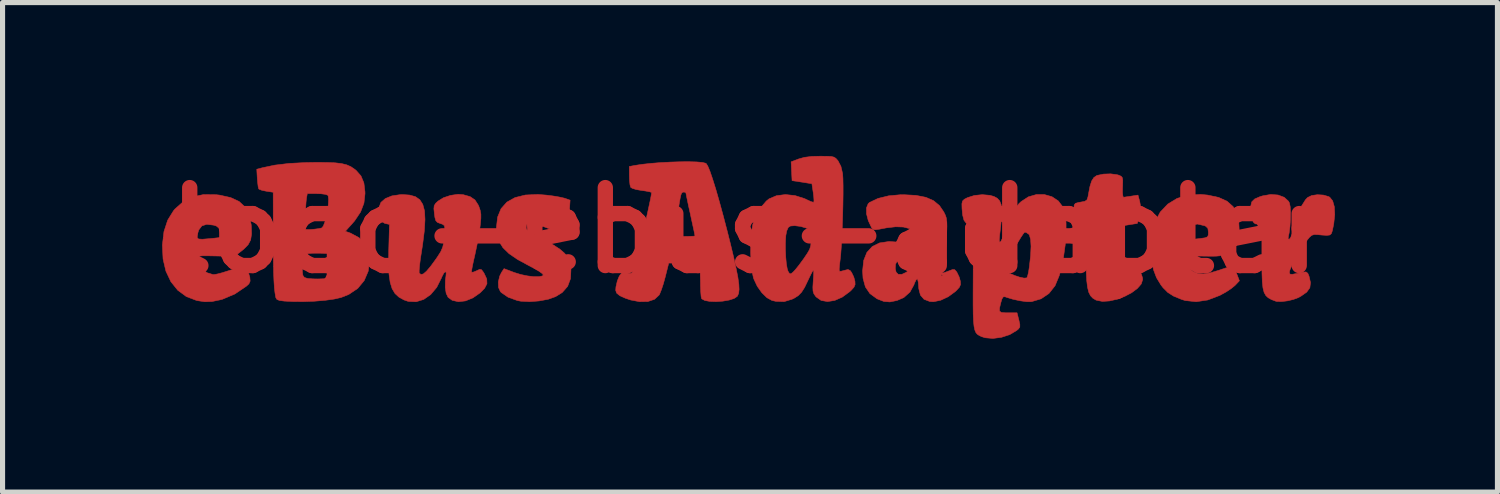
<source format=kicad_pcb>
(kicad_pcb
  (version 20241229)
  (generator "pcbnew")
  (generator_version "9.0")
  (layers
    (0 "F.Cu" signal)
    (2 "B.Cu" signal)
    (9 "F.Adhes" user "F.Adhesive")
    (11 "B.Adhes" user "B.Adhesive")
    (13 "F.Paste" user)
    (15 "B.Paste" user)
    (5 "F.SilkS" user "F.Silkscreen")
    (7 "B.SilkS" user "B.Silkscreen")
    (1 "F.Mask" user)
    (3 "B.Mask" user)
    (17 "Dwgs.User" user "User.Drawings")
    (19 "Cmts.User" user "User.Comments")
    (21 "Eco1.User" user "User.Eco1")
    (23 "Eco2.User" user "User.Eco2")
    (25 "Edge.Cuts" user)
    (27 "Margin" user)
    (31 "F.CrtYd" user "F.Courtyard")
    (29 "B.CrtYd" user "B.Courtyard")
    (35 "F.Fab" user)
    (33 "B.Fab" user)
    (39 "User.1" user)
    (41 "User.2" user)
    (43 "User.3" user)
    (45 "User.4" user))
  (footprint "logo-ebus-adapter"
    (layer "F.Cu")
    (at 11.619 1.454)
    (property "Reference" "logo-ebus-adapter" (at 0 0 0) (layer "F.Cu") (effects (font (size 1.524 1.524) (thickness 0.3))))
    (attr through_hole)
    (fp_poly (pts (xy -3.983 -0.688) (xy -3.85 -0.671) (xy -3.727 -0.65) (xy -3.637 -0.63) (xy -3.617 -0.624) (xy -3.519 -0.589) (xy -3.533 -0.377) (xy -3.549 -0.252) (xy -3.577 -0.132) (xy -3.612 -0.031) (xy -3.649 0.038) (xy -3.681 0.06) (xy -3.717 0.049) (xy -3.796 0.021) (xy -3.903 -0.02) (xy -3.972 -0.047) (xy -4.135 -0.107) (xy -4.251 -0.138) (xy -4.327 -0.139) (xy -4.367 -0.11) (xy -4.378 -0.06) (xy -4.372 -0.024) (xy -4.347 0.009) (xy -4.296 0.047) (xy -4.208 0.096) (xy -4.076 0.163) (xy -4.064 0.168) (xy -3.869 0.272) (xy -3.719 0.37) (xy -3.632 0.445) (xy -3.566 0.519) (xy -3.529 0.583) (xy -3.511 0.661) (xy -3.502 0.761) (xy -3.511 0.946) (xy -3.567 1.096) (xy -3.672 1.216) (xy -3.804 1.298) (xy -3.948 1.349) (xy -4.126 1.382) (xy -4.312 1.396) (xy -4.482 1.387) (xy -4.551 1.374) (xy -4.731 1.309) (xy -4.863 1.219) (xy -4.882 1.199) (xy -4.919 1.119) (xy -4.923 1.011) (xy -4.896 0.896) (xy -4.859 0.822) (xy -4.811 0.75) (xy -4.61 0.826) (xy -4.484 0.865) (xy -4.353 0.892) (xy -4.23 0.907) (xy -4.128 0.907) (xy -4.061 0.893) (xy -4.043 0.875) (xy -4.063 0.847) (xy -4.13 0.799) (xy -4.236 0.738) (xy -4.329 0.689) (xy -4.548 0.57) (xy -4.714 0.456) (xy -4.832 0.341) (xy -4.909 0.217) (xy -4.949 0.079) (xy -4.96 -0.054) (xy -4.937 -0.258) (xy -4.869 -0.423) (xy -4.755 -0.551) (xy -4.596 -0.64) (xy -4.394 -0.69) (xy -4.149 -0.701) (xy -3.983 -0.688)) (stroke (width 0.01) (type solid)) (fill yes) (layer "F.Cu"))
    (fp_poly (pts (xy 7.18 -1.087) (xy 7.217 -1.076) (xy 7.259 -1.056) (xy 7.282 -1.028) (xy 7.29 -0.976) (xy 7.288 -0.885) (xy 7.286 -0.844) (xy 7.285 -0.733) (xy 7.293 -0.664) (xy 7.306 -0.646) (xy 7.353 -0.653) (xy 7.432 -0.664) (xy 7.462 -0.669) (xy 7.588 -0.688) (xy 7.622 -0.562) (xy 7.64 -0.457) (xy 7.631 -0.352) (xy 7.615 -0.285) (xy 7.575 -0.134) (xy 7.243 -0.082) (xy 7.19 0.35) (xy 7.171 0.503) (xy 7.158 0.634) (xy 7.149 0.733) (xy 7.148 0.787) (xy 7.149 0.794) (xy 7.182 0.792) (xy 7.254 0.773) (xy 7.336 0.747) (xy 7.432 0.716) (xy 7.505 0.694) (xy 7.535 0.687) (xy 7.572 0.713) (xy 7.614 0.775) (xy 7.653 0.855) (xy 7.677 0.932) (xy 7.68 0.961) (xy 7.652 1.049) (xy 7.576 1.137) (xy 7.465 1.22) (xy 7.329 1.292) (xy 7.18 1.348) (xy 7.031 1.382) (xy 6.892 1.391) (xy 6.776 1.368) (xy 6.765 1.364) (xy 6.706 1.329) (xy 6.66 1.281) (xy 6.625 1.212) (xy 6.601 1.115) (xy 6.585 0.983) (xy 6.576 0.809) (xy 6.572 0.585) (xy 6.571 0.478) (xy 6.571 0.269) (xy 6.569 0.113) (xy 6.563 0.001) (xy 6.553 -0.073) (xy 6.535 -0.118) (xy 6.509 -0.14) (xy 6.472 -0.148) (xy 6.426 -0.149) (xy 6.381 -0.178) (xy 6.35 -0.259) (xy 6.336 -0.388) (xy 6.335 -0.434) (xy 6.34 -0.495) (xy 6.364 -0.527) (xy 6.424 -0.544) (xy 6.466 -0.551) (xy 6.548 -0.567) (xy 6.589 -0.594) (xy 6.609 -0.651) (xy 6.617 -0.696) (xy 6.647 -0.854) (xy 6.681 -0.963) (xy 6.724 -1.031) (xy 6.78 -1.07) (xy 6.792 -1.074) (xy 6.913 -1.099) (xy 7.053 -1.104) (xy 7.18 -1.087)) (stroke (width 0.01) (type solid)) (fill yes) (layer "F.Cu"))
    (fp_poly (pts (xy -10.443 -0.696) (xy -10.372 -0.688) (xy -10.158 -0.64) (xy -9.993 -0.564) (xy -9.874 -0.453) (xy -9.797 -0.305) (xy -9.757 -0.114) (xy -9.754 -0.085) (xy -9.749 0.072) (xy -9.767 0.189) (xy -9.816 0.282) (xy -9.901 0.368) (xy -9.938 0.398) (xy -10.085 0.511) (xy -10.451 0.502) (xy -10.605 0.499) (xy -10.709 0.499) (xy -10.772 0.505) (xy -10.804 0.516) (xy -10.816 0.534) (xy -10.817 0.547) (xy -10.79 0.656) (xy -10.719 0.755) (xy -10.619 0.83) (xy -10.506 0.865) (xy -10.483 0.866) (xy -10.424 0.856) (xy -10.327 0.831) (xy -10.208 0.794) (xy -10.16 0.778) (xy -10.039 0.737) (xy -9.962 0.714) (xy -9.915 0.709) (xy -9.885 0.719) (xy -9.86 0.745) (xy -9.855 0.751) (xy -9.813 0.822) (xy -9.784 0.913) (xy -9.783 0.917) (xy -9.777 0.994) (xy -9.801 1.048) (xy -9.85 1.093) (xy -10.076 1.246) (xy -10.317 1.348) (xy -10.358 1.359) (xy -10.521 1.393) (xy -10.661 1.398) (xy -10.808 1.376) (xy -10.826 1.372) (xy -11.025 1.296) (xy -11.193 1.172) (xy -11.327 1.005) (xy -11.424 0.8) (xy -11.48 0.562) (xy -11.493 0.295) (xy -11.493 0.288) (xy -11.476 0.145) (xy -10.816 0.145) (xy -10.785 0.17) (xy -10.713 0.175) (xy -10.59 0.165) (xy -10.586 0.165) (xy -10.476 0.154) (xy -10.393 0.145) (xy -10.351 0.139) (xy -10.349 0.139) (xy -10.351 0.11) (xy -10.362 0.044) (xy -10.365 0.03) (xy -10.39 -0.045) (xy -10.438 -0.084) (xy -10.493 -0.101) (xy -10.626 -0.117) (xy -10.721 -0.086) (xy -10.78 -0.009) (xy -10.785 0.004) (xy -10.812 0.092) (xy -10.816 0.145) (xy -11.476 0.145) (xy -11.462 0.024) (xy -11.389 -0.199) (xy -11.273 -0.386) (xy -11.246 -0.417) (xy -11.084 -0.561) (xy -10.9 -0.654) (xy -10.688 -0.699) (xy -10.443 -0.696)) (stroke (width 0.01) (type solid)) (fill yes) (layer "F.Cu"))
    (fp_poly (pts (xy 10.328 -0.69) (xy 10.448 -0.645) (xy 10.531 -0.569) (xy 10.55 -0.534) (xy 10.565 -0.46) (xy 10.571 -0.346) (xy 10.569 -0.211) (xy 10.56 -0.072) (xy 10.544 0.052) (xy 10.53 0.116) (xy 10.523 0.168) (xy 10.548 0.175) (xy 10.549 0.174) (xy 10.574 0.141) (xy 10.606 0.064) (xy 10.642 -0.044) (xy 10.657 -0.098) (xy 10.723 -0.316) (xy 10.79 -0.48) (xy 10.863 -0.596) (xy 10.905 -0.641) (xy 10.985 -0.68) (xy 11.096 -0.696) (xy 11.215 -0.689) (xy 11.317 -0.659) (xy 11.338 -0.647) (xy 11.395 -0.576) (xy 11.428 -0.46) (xy 11.436 -0.308) (xy 11.417 -0.132) (xy 11.409 -0.09) (xy 11.39 0.005) (xy 11.371 0.063) (xy 11.339 0.092) (xy 11.281 0.099) (xy 11.183 0.093) (xy 11.103 0.085) (xy 11.035 0.083) (xy 10.986 0.098) (xy 10.938 0.14) (xy 10.874 0.221) (xy 10.871 0.224) (xy 10.798 0.329) (xy 10.722 0.451) (xy 10.652 0.576) (xy 10.595 0.69) (xy 10.558 0.779) (xy 10.548 0.822) (xy 10.56 0.857) (xy 10.605 0.861) (xy 10.638 0.855) (xy 10.737 0.835) (xy 10.813 0.819) (xy 10.874 0.814) (xy 10.909 0.841) (xy 10.933 0.898) (xy 10.962 1.023) (xy 10.949 1.124) (xy 10.888 1.209) (xy 10.774 1.289) (xy 10.725 1.316) (xy 10.629 1.352) (xy 10.512 1.38) (xy 10.395 1.394) (xy 10.303 1.392) (xy 10.28 1.386) (xy 10.198 1.355) (xy 10.135 1.32) (xy 10.088 1.276) (xy 10.054 1.214) (xy 10.032 1.127) (xy 10.019 1.007) (xy 10.013 0.846) (xy 10.011 0.637) (xy 10.011 0.509) (xy 10.011 -0.12) (xy 9.938 -0.12) (xy 9.885 -0.125) (xy 9.85 -0.151) (xy 9.827 -0.209) (xy 9.808 -0.311) (xy 9.802 -0.353) (xy 9.793 -0.474) (xy 9.813 -0.556) (xy 9.871 -0.613) (xy 9.977 -0.659) (xy 10.028 -0.674) (xy 10.184 -0.701) (xy 10.328 -0.69)) (stroke (width 0.01) (type solid)) (fill yes) (layer "F.Cu"))
    (fp_poly (pts (xy 8.95 -0.689) (xy 9.165 -0.643) (xy 9.33 -0.568) (xy 9.449 -0.462) (xy 9.524 -0.318) (xy 9.561 -0.132) (xy 9.567 -0.002) (xy 9.565 0.132) (xy 9.552 0.223) (xy 9.52 0.289) (xy 9.461 0.347) (xy 9.366 0.414) (xy 9.358 0.419) (xy 9.297 0.458) (xy 9.245 0.484) (xy 9.189 0.499) (xy 9.113 0.506) (xy 9.004 0.507) (xy 8.86 0.505) (xy 8.709 0.503) (xy 8.607 0.504) (xy 8.547 0.51) (xy 8.518 0.521) (xy 8.51 0.54) (xy 8.511 0.552) (xy 8.555 0.686) (xy 8.634 0.781) (xy 8.673 0.808) (xy 8.761 0.845) (xy 8.868 0.853) (xy 9.003 0.832) (xy 9.176 0.78) (xy 9.231 0.761) (xy 9.33 0.728) (xy 9.408 0.707) (xy 9.446 0.704) (xy 9.446 0.704) (xy 9.469 0.738) (xy 9.502 0.809) (xy 9.52 0.853) (xy 9.571 0.988) (xy 9.485 1.079) (xy 9.414 1.137) (xy 9.311 1.206) (xy 9.196 1.269) (xy 9.189 1.273) (xy 8.953 1.363) (xy 8.726 1.397) (xy 8.511 1.374) (xy 8.438 1.351) (xy 8.285 1.288) (xy 8.172 1.217) (xy 8.08 1.125) (xy 8.039 1.073) (xy 7.95 0.927) (xy 7.891 0.771) (xy 7.857 0.59) (xy 7.846 0.37) (xy 7.846 0.329) (xy 7.85 0.166) (xy 7.853 0.125) (xy 8.52 0.125) (xy 8.527 0.161) (xy 8.56 0.178) (xy 8.628 0.179) (xy 8.74 0.168) (xy 8.808 0.16) (xy 8.899 0.147) (xy 8.945 0.129) (xy 8.962 0.096) (xy 8.965 0.04) (xy 8.955 -0.037) (xy 8.915 -0.078) (xy 8.888 -0.09) (xy 8.752 -0.122) (xy 8.643 -0.104) (xy 8.566 -0.039) (xy 8.527 0.067) (xy 8.52 0.125) (xy 7.853 0.125) (xy 7.861 0.043) (xy 7.882 -0.058) (xy 7.916 -0.158) (xy 7.917 -0.16) (xy 8.024 -0.358) (xy 8.171 -0.513) (xy 8.353 -0.624) (xy 8.568 -0.687) (xy 8.81 -0.702) (xy 8.95 -0.689)) (stroke (width 0.01) (type solid)) (fill yes) (layer "F.Cu"))
    (fp_poly (pts (xy -5.611 -0.697) (xy -5.474 -0.658) (xy -5.38 -0.594) (xy -5.316 -0.495) (xy -5.301 -0.46) (xy -5.276 -0.386) (xy -5.264 -0.317) (xy -5.264 -0.234) (xy -5.274 -0.121) (xy -5.283 -0.048) (xy -5.308 0.112) (xy -5.342 0.296) (xy -5.379 0.471) (xy -5.389 0.515) (xy -5.417 0.639) (xy -5.437 0.739) (xy -5.447 0.804) (xy -5.445 0.82) (xy -5.412 0.818) (xy -5.35 0.793) (xy -5.345 0.79) (xy -5.287 0.764) (xy -5.251 0.771) (xy -5.214 0.82) (xy -5.2 0.843) (xy -5.149 0.952) (xy -5.145 1.045) (xy -5.191 1.134) (xy -5.278 1.223) (xy -5.42 1.322) (xy -5.565 1.381) (xy -5.703 1.397) (xy -5.824 1.37) (xy -5.905 1.311) (xy -5.943 1.233) (xy -5.961 1.115) (xy -5.958 0.974) (xy -5.947 0.896) (xy -5.942 0.828) (xy -5.959 0.81) (xy -5.989 0.838) (xy -6.027 0.911) (xy -6.037 0.936) (xy -6.128 1.117) (xy -6.246 1.257) (xy -6.382 1.352) (xy -6.531 1.398) (xy -6.684 1.391) (xy -6.768 1.362) (xy -6.867 1.307) (xy -6.944 1.236) (xy -7 1.142) (xy -7.038 1.018) (xy -7.061 0.856) (xy -7.069 0.65) (xy -7.066 0.392) (xy -7.066 0.389) (xy -7.052 -0.115) (xy -7.141 -0.134) (xy -7.212 -0.175) (xy -7.252 -0.26) (xy -7.26 -0.394) (xy -7.256 -0.45) (xy -7.219 -0.545) (xy -7.132 -0.621) (xy -7.004 -0.673) (xy -6.844 -0.697) (xy -6.799 -0.699) (xy -6.656 -0.689) (xy -6.543 -0.657) (xy -6.458 -0.597) (xy -6.4 -0.506) (xy -6.366 -0.379) (xy -6.357 -0.211) (xy -6.369 0.003) (xy -6.402 0.267) (xy -6.424 0.411) (xy -6.447 0.559) (xy -6.463 0.686) (xy -6.471 0.781) (xy -6.471 0.832) (xy -6.47 0.836) (xy -6.436 0.864) (xy -6.39 0.854) (xy -6.328 0.801) (xy -6.246 0.704) (xy -6.14 0.559) (xy -6.103 0.504) (xy -6.046 0.413) (xy -6.01 0.328) (xy -5.988 0.228) (xy -5.975 0.095) (xy -5.971 0.045) (xy -5.969 -0.044) (xy -5.979 -0.092) (xy -6.013 -0.118) (xy -6.058 -0.133) (xy -6.113 -0.154) (xy -6.145 -0.188) (xy -6.163 -0.251) (xy -6.173 -0.325) (xy -6.183 -0.421) (xy -6.177 -0.481) (xy -6.149 -0.527) (xy -6.103 -0.57) (xy -5.995 -0.637) (xy -5.856 -0.683) (xy -5.71 -0.704) (xy -5.611 -0.697)) (stroke (width 0.01) (type solid)) (fill yes) (layer "F.Cu"))
    (fp_poly (pts (xy -8.285 -1.327) (xy -8.117 -1.32) (xy -7.989 -1.305) (xy -7.888 -1.28) (xy -7.806 -1.244) (xy -7.732 -1.193) (xy -7.705 -1.172) (xy -7.609 -1.063) (xy -7.552 -0.927) (xy -7.531 -0.753) (xy -7.53 -0.718) (xy -7.551 -0.531) (xy -7.617 -0.358) (xy -7.733 -0.185) (xy -7.786 -0.124) (xy -7.915 0.019) (xy -7.812 0.056) (xy -7.648 0.144) (xy -7.53 0.269) (xy -7.46 0.428) (xy -7.441 0.586) (xy -7.467 0.799) (xy -7.546 0.984) (xy -7.673 1.137) (xy -7.847 1.254) (xy -7.997 1.314) (xy -8.133 1.345) (xy -8.312 1.37) (xy -8.519 1.387) (xy -8.737 1.395) (xy -8.951 1.393) (xy -9.106 1.385) (xy -9.201 1.373) (xy -9.252 1.353) (xy -9.274 1.318) (xy -9.277 1.306) (xy -9.291 1.222) (xy -9.303 1.119) (xy -9.311 0.99) (xy -9.318 0.827) (xy -9.32 0.703) (xy -8.756 0.703) (xy -8.755 0.812) (xy -8.745 0.883) (xy -8.715 0.923) (xy -8.654 0.942) (xy -8.552 0.95) (xy -8.453 0.952) (xy -8.335 0.948) (xy -8.253 0.924) (xy -8.209 0.896) (xy -8.141 0.808) (xy -8.101 0.694) (xy -8.088 0.593) (xy -8.105 0.522) (xy -8.16 0.478) (xy -8.259 0.455) (xy -8.41 0.448) (xy -8.428 0.448) (xy -8.571 0.449) (xy -8.665 0.458) (xy -8.72 0.482) (xy -8.746 0.53) (xy -8.755 0.61) (xy -8.756 0.703) (xy -9.32 0.703) (xy -9.322 0.624) (xy -9.324 0.375) (xy -9.325 0.087) (xy -9.325 -0.101) (xy -8.701 -0.101) (xy -8.7 -0.032) (xy -8.699 -0.023) (xy -8.671 -0.015) (xy -8.604 -0.015) (xy -8.518 -0.022) (xy -8.433 -0.033) (xy -8.376 -0.046) (xy -8.346 -0.082) (xy -8.315 -0.162) (xy -8.287 -0.27) (xy -8.263 -0.391) (xy -8.247 -0.509) (xy -8.242 -0.609) (xy -8.251 -0.674) (xy -8.259 -0.686) (xy -8.303 -0.703) (xy -8.387 -0.714) (xy -8.474 -0.717) (xy -8.659 -0.717) (xy -8.676 -0.62) (xy -8.683 -0.555) (xy -8.69 -0.452) (xy -8.696 -0.329) (xy -8.7 -0.206) (xy -8.701 -0.101) (xy -9.325 -0.101) (xy -9.326 -0.744) (xy -9.459 -0.764) (xy -9.543 -0.781) (xy -9.599 -0.802) (xy -9.609 -0.81) (xy -9.62 -0.853) (xy -9.63 -0.935) (xy -9.637 -1.016) (xy -9.647 -1.194) (xy -9.538 -1.223) (xy -9.297 -1.274) (xy -9.014 -1.308) (xy -8.684 -1.325) (xy -8.502 -1.328) (xy -8.285 -1.327)) (stroke (width 0.01) (type solid)) (fill yes) (layer "F.Cu"))
    (fp_poly (pts (xy 3.245 -0.683) (xy 3.439 -0.645) (xy 3.59 -0.579) (xy 3.706 -0.482) (xy 3.79 -0.358) (xy 3.82 -0.297) (xy 3.839 -0.24) (xy 3.848 -0.173) (xy 3.851 -0.081) (xy 3.847 0.048) (xy 3.843 0.134) (xy 3.833 0.295) (xy 3.817 0.453) (xy 3.799 0.587) (xy 3.784 0.665) (xy 3.764 0.756) (xy 3.758 0.818) (xy 3.764 0.837) (xy 3.805 0.826) (xy 3.876 0.8) (xy 3.893 0.793) (xy 3.963 0.767) (xy 4.003 0.77) (xy 4.037 0.808) (xy 4.048 0.825) (xy 4.09 0.912) (xy 4.114 0.997) (xy 4.117 1.061) (xy 4.095 1.113) (xy 4.039 1.175) (xy 4.012 1.2) (xy 3.875 1.3) (xy 3.729 1.368) (xy 3.59 1.397) (xy 3.517 1.393) (xy 3.404 1.35) (xy 3.333 1.268) (xy 3.301 1.144) (xy 3.298 1.103) (xy 3.291 1.017) (xy 3.278 0.96) (xy 3.27 0.949) (xy 3.248 0.97) (xy 3.218 1.031) (xy 3.205 1.068) (xy 3.128 1.208) (xy 3.007 1.316) (xy 2.875 1.373) (xy 2.736 1.401) (xy 2.619 1.392) (xy 2.496 1.345) (xy 2.477 1.335) (xy 2.345 1.238) (xy 2.256 1.107) (xy 2.21 0.938) (xy 2.207 0.882) (xy 3.735 0.882) (xy 3.75 0.896) (xy 3.765 0.882) (xy 3.75 0.867) (xy 3.735 0.882) (xy 2.207 0.882) (xy 2.201 0.792) (xy 2.206 0.753) (xy 2.841 0.753) (xy 2.857 0.819) (xy 2.899 0.861) (xy 2.969 0.862) (xy 3.055 0.822) (xy 3.128 0.762) (xy 3.186 0.695) (xy 3.218 0.639) (xy 3.22 0.62) (xy 3.184 0.595) (xy 3.111 0.579) (xy 3.022 0.573) (xy 2.938 0.579) (xy 2.883 0.598) (xy 2.881 0.6) (xy 2.846 0.663) (xy 2.841 0.753) (xy 2.206 0.753) (xy 2.223 0.59) (xy 2.286 0.432) (xy 2.39 0.318) (xy 2.534 0.247) (xy 2.719 0.219) (xy 2.946 0.235) (xy 2.95 0.236) (xy 3.06 0.252) (xy 3.147 0.264) (xy 3.194 0.269) (xy 3.196 0.269) (xy 3.218 0.244) (xy 3.226 0.182) (xy 3.22 0.107) (xy 3.2 0.039) (xy 3.188 0.018) (xy 3.116 -0.034) (xy 2.999 -0.064) (xy 2.848 -0.069) (xy 2.674 -0.049) (xy 2.637 -0.042) (xy 2.522 -0.02) (xy 2.452 -0.01) (xy 2.412 -0.015) (xy 2.389 -0.033) (xy 2.378 -0.05) (xy 2.312 -0.19) (xy 2.278 -0.323) (xy 2.277 -0.437) (xy 2.311 -0.52) (xy 2.338 -0.545) (xy 2.503 -0.623) (xy 2.71 -0.674) (xy 2.948 -0.696) (xy 3.003 -0.696) (xy 3.245 -0.683)) (stroke (width 0.01) (type solid)) (fill yes) (layer "F.Cu"))
    (fp_poly (pts (xy 5.905 -0.657) (xy 6.03 -0.574) (xy 6.122 -0.451) (xy 6.129 -0.436) (xy 6.164 -0.311) (xy 6.181 -0.141) (xy 6.181 0.063) (xy 6.164 0.289) (xy 6.131 0.525) (xy 6.082 0.76) (xy 6.048 0.886) (xy 5.966 1.084) (xy 5.846 1.236) (xy 5.693 1.34) (xy 5.508 1.395) (xy 5.5 1.396) (xy 5.409 1.396) (xy 5.284 1.379) (xy 5.147 1.35) (xy 5.02 1.312) (xy 4.987 1.3) (xy 4.953 1.302) (xy 4.927 1.343) (xy 4.905 1.416) (xy 4.88 1.52) (xy 4.88 1.579) (xy 4.912 1.606) (xy 4.985 1.613) (xy 5.047 1.614) (xy 5.222 1.614) (xy 5.258 1.755) (xy 5.277 1.842) (xy 5.276 1.893) (xy 5.249 1.931) (xy 5.213 1.961) (xy 5.078 2.041) (xy 4.918 2.093) (xy 4.751 2.115) (xy 4.599 2.102) (xy 4.527 2.079) (xy 4.482 2.057) (xy 4.445 2.033) (xy 4.417 1.999) (xy 4.396 1.949) (xy 4.381 1.877) (xy 4.371 1.776) (xy 4.365 1.64) (xy 4.363 1.463) (xy 4.363 1.238) (xy 4.364 1.006) (xy 4.365 0.775) (xy 4.365 0.762) (xy 4.969 0.762) (xy 5.005 0.8) (xy 5.08 0.843) (xy 5.175 0.884) (xy 5.274 0.917) (xy 5.359 0.935) (xy 5.412 0.931) (xy 5.415 0.929) (xy 5.43 0.891) (xy 5.448 0.813) (xy 5.463 0.717) (xy 5.488 0.494) (xy 5.496 0.313) (xy 5.488 0.178) (xy 5.464 0.093) (xy 5.452 0.077) (xy 5.401 0.042) (xy 5.371 0.037) (xy 5.345 0.067) (xy 5.298 0.137) (xy 5.238 0.236) (xy 5.172 0.352) (xy 5.105 0.473) (xy 5.045 0.587) (xy 4.999 0.681) (xy 4.973 0.744) (xy 4.969 0.762) (xy 4.365 0.762) (xy 4.367 0.558) (xy 4.368 0.365) (xy 4.37 0.204) (xy 4.371 0.083) (xy 4.373 0.011) (xy 4.373 0) (xy 4.371 -0.071) (xy 4.346 -0.103) (xy 4.294 -0.114) (xy 4.229 -0.138) (xy 4.185 -0.196) (xy 4.158 -0.298) (xy 4.146 -0.427) (xy 4.144 -0.519) (xy 4.156 -0.572) (xy 4.192 -0.607) (xy 4.254 -0.639) (xy 4.387 -0.681) (xy 4.542 -0.697) (xy 4.691 -0.684) (xy 4.772 -0.661) (xy 4.836 -0.626) (xy 4.882 -0.576) (xy 4.911 -0.504) (xy 4.923 -0.401) (xy 4.92 -0.262) (xy 4.903 -0.077) (xy 4.882 0.097) (xy 4.874 0.193) (xy 4.882 0.233) (xy 4.903 0.222) (xy 4.934 0.161) (xy 4.973 0.052) (xy 4.986 0.007) (xy 5.064 -0.215) (xy 5.154 -0.388) (xy 5.262 -0.524) (xy 5.303 -0.562) (xy 5.444 -0.654) (xy 5.6 -0.699) (xy 5.757 -0.699) (xy 5.905 -0.657)) (stroke (width 0.01) (type solid)) (fill yes) (layer "F.Cu"))
    (fp_poly (pts (xy -1.043 -1.337) (xy -0.931 -1.327) (xy -0.866 -1.311) (xy -0.859 -1.307) (xy -0.828 -1.26) (xy -0.785 -1.158) (xy -0.733 -1.006) (xy -0.671 -0.808) (xy -0.602 -0.568) (xy -0.526 -0.29) (xy -0.445 0.02) (xy -0.386 0.254) (xy -0.321 0.525) (xy -0.272 0.745) (xy -0.238 0.919) (xy -0.219 1.054) (xy -0.214 1.155) (xy -0.222 1.229) (xy -0.243 1.281) (xy -0.25 1.292) (xy -0.31 1.333) (xy -0.41 1.365) (xy -0.532 1.386) (xy -0.663 1.395) (xy -0.785 1.391) (xy -0.884 1.373) (xy -0.943 1.341) (xy -0.947 1.335) (xy -0.957 1.292) (xy -0.964 1.203) (xy -0.969 1.084) (xy -0.97 0.995) (xy -0.974 0.853) (xy -0.983 0.741) (xy -0.996 0.672) (xy -1.004 0.658) (xy -1.051 0.642) (xy -1.15 0.634) (xy -1.29 0.633) (xy -1.313 0.634) (xy -1.59 0.642) (xy -1.659 0.916) (xy -1.695 1.046) (xy -1.733 1.161) (xy -1.766 1.243) (xy -1.777 1.265) (xy -1.867 1.349) (xy -1.997 1.393) (xy -2.162 1.396) (xy -2.335 1.363) (xy -2.439 1.328) (xy -2.531 1.287) (xy -2.556 1.272) (xy -2.609 1.228) (xy -2.627 1.175) (xy -2.622 1.106) (xy -2.596 0.992) (xy -2.558 0.898) (xy -2.513 0.838) (xy -2.479 0.825) (xy -2.416 0.833) (xy -2.361 0.84) (xy -2.339 0.842) (xy -2.32 0.837) (xy -2.302 0.817) (xy -2.283 0.777) (xy -2.26 0.71) (xy -2.232 0.61) (xy -2.197 0.47) (xy -2.152 0.285) (xy -2.098 0.064) (xy -2.097 0.059) (xy -1.458 0.059) (xy -1.443 0.099) (xy -1.409 0.117) (xy -1.352 0.12) (xy -1.27 0.12) (xy -1.171 0.118) (xy -1.101 0.115) (xy -1.076 0.11) (xy -1.082 0.08) (xy -1.098 0.001) (xy -1.123 -0.114) (xy -1.154 -0.256) (xy -1.165 -0.309) (xy -1.198 -0.457) (xy -1.225 -0.584) (xy -1.244 -0.678) (xy -1.254 -0.728) (xy -1.255 -0.733) (xy -1.279 -0.746) (xy -1.299 -0.747) (xy -1.32 -0.744) (xy -1.337 -0.728) (xy -1.352 -0.691) (xy -1.367 -0.624) (xy -1.385 -0.519) (xy -1.408 -0.367) (xy -1.419 -0.29) (xy -1.442 -0.127) (xy -1.456 -0.013) (xy -1.458 0.059) (xy -2.097 0.059) (xy -2.049 -0.144) (xy -2.006 -0.333) (xy -1.971 -0.495) (xy -1.944 -0.622) (xy -1.929 -0.706) (xy -1.926 -0.741) (xy -1.927 -0.741) (xy -1.963 -0.753) (xy -2.041 -0.768) (xy -2.126 -0.78) (xy -2.227 -0.797) (xy -2.303 -0.821) (xy -2.334 -0.841) (xy -2.348 -0.891) (xy -2.357 -0.98) (xy -2.36 -1.065) (xy -2.361 -1.248) (xy -2.257 -1.268) (xy -2.111 -1.29) (xy -1.938 -1.309) (xy -1.75 -1.324) (xy -1.555 -1.334) (xy -1.366 -1.34) (xy -1.192 -1.341) (xy -1.043 -1.337)) (stroke (width 0.01) (type solid)) (fill yes) (layer "F.Cu"))
    (fp_poly (pts (xy 1.501 -1.448) (xy 1.587 -1.444) (xy 1.641 -1.431) (xy 1.678 -1.408) (xy 1.713 -1.369) (xy 1.72 -1.361) (xy 1.778 -1.25) (xy 1.811 -1.107) (xy 1.817 -1.016) (xy 1.82 -0.876) (xy 1.82 -0.7) (xy 1.817 -0.499) (xy 1.812 -0.284) (xy 1.804 -0.069) (xy 1.796 0.137) (xy 1.785 0.322) (xy 1.774 0.473) (xy 1.764 0.565) (xy 1.751 0.674) (xy 1.744 0.757) (xy 1.746 0.799) (xy 1.747 0.8) (xy 1.781 0.801) (xy 1.846 0.784) (xy 1.849 0.783) (xy 1.916 0.767) (xy 1.958 0.787) (xy 1.987 0.826) (xy 2.029 0.913) (xy 2.052 0.997) (xy 2.055 1.061) (xy 2.033 1.113) (xy 1.977 1.175) (xy 1.95 1.2) (xy 1.804 1.307) (xy 1.656 1.372) (xy 1.516 1.394) (xy 1.391 1.372) (xy 1.293 1.303) (xy 1.283 1.291) (xy 1.249 1.242) (xy 1.232 1.188) (xy 1.229 1.112) (xy 1.236 0.996) (xy 1.236 0.994) (xy 1.243 0.889) (xy 1.245 0.812) (xy 1.241 0.777) (xy 1.24 0.777) (xy 1.222 0.802) (xy 1.187 0.868) (xy 1.142 0.962) (xy 1.135 0.977) (xy 1.068 1.116) (xy 1.008 1.211) (xy 0.944 1.277) (xy 0.864 1.328) (xy 0.822 1.348) (xy 0.667 1.395) (xy 0.507 1.39) (xy 0.428 1.372) (xy 0.33 1.318) (xy 0.23 1.22) (xy 0.141 1.094) (xy 0.075 0.954) (xy 0.066 0.927) (xy 0.038 0.795) (xy 0.02 0.624) (xy 0.012 0.432) (xy 0.013 0.37) (xy 0.692 0.37) (xy 0.698 0.517) (xy 0.71 0.651) (xy 0.728 0.755) (xy 0.744 0.802) (xy 0.774 0.849) (xy 0.803 0.849) (xy 0.843 0.817) (xy 0.889 0.767) (xy 0.956 0.684) (xy 1.031 0.582) (xy 1.05 0.556) (xy 1.122 0.449) (xy 1.166 0.372) (xy 1.187 0.303) (xy 1.195 0.224) (xy 1.195 0.173) (xy 1.194 0.074) (xy 1.183 0.017) (xy 1.154 -0.016) (xy 1.1 -0.043) (xy 1.092 -0.046) (xy 0.988 -0.076) (xy 0.877 -0.09) (xy 0.87 -0.09) (xy 0.791 -0.084) (xy 0.749 -0.058) (xy 0.72 0.006) (xy 0.716 0.019) (xy 0.7 0.104) (xy 0.692 0.227) (xy 0.692 0.37) (xy 0.013 0.37) (xy 0.015 0.237) (xy 0.027 0.054) (xy 0.05 -0.097) (xy 0.069 -0.17) (xy 0.136 -0.32) (xy 0.223 -0.46) (xy 0.318 -0.571) (xy 0.372 -0.615) (xy 0.518 -0.677) (xy 0.693 -0.699) (xy 0.88 -0.679) (xy 1.066 -0.62) (xy 1.116 -0.596) (xy 1.19 -0.562) (xy 1.239 -0.548) (xy 1.247 -0.55) (xy 1.251 -0.585) (xy 1.246 -0.661) (xy 1.236 -0.738) (xy 1.21 -0.911) (xy 0.822 -0.971) (xy 0.813 -1.155) (xy 0.804 -1.339) (xy 0.947 -1.394) (xy 1.064 -1.427) (xy 1.209 -1.445) (xy 1.37 -1.449) (xy 1.501 -1.448)) (stroke (width 0.01) (type solid)) (fill yes) (layer "F.Cu")))
  (gr_rect
    (start -3 -3)
    (end 26.237 6.574)
    (stroke (width 0.1) (type default))
    (fill no)
    (layer "Edge.Cuts")))
</source>
